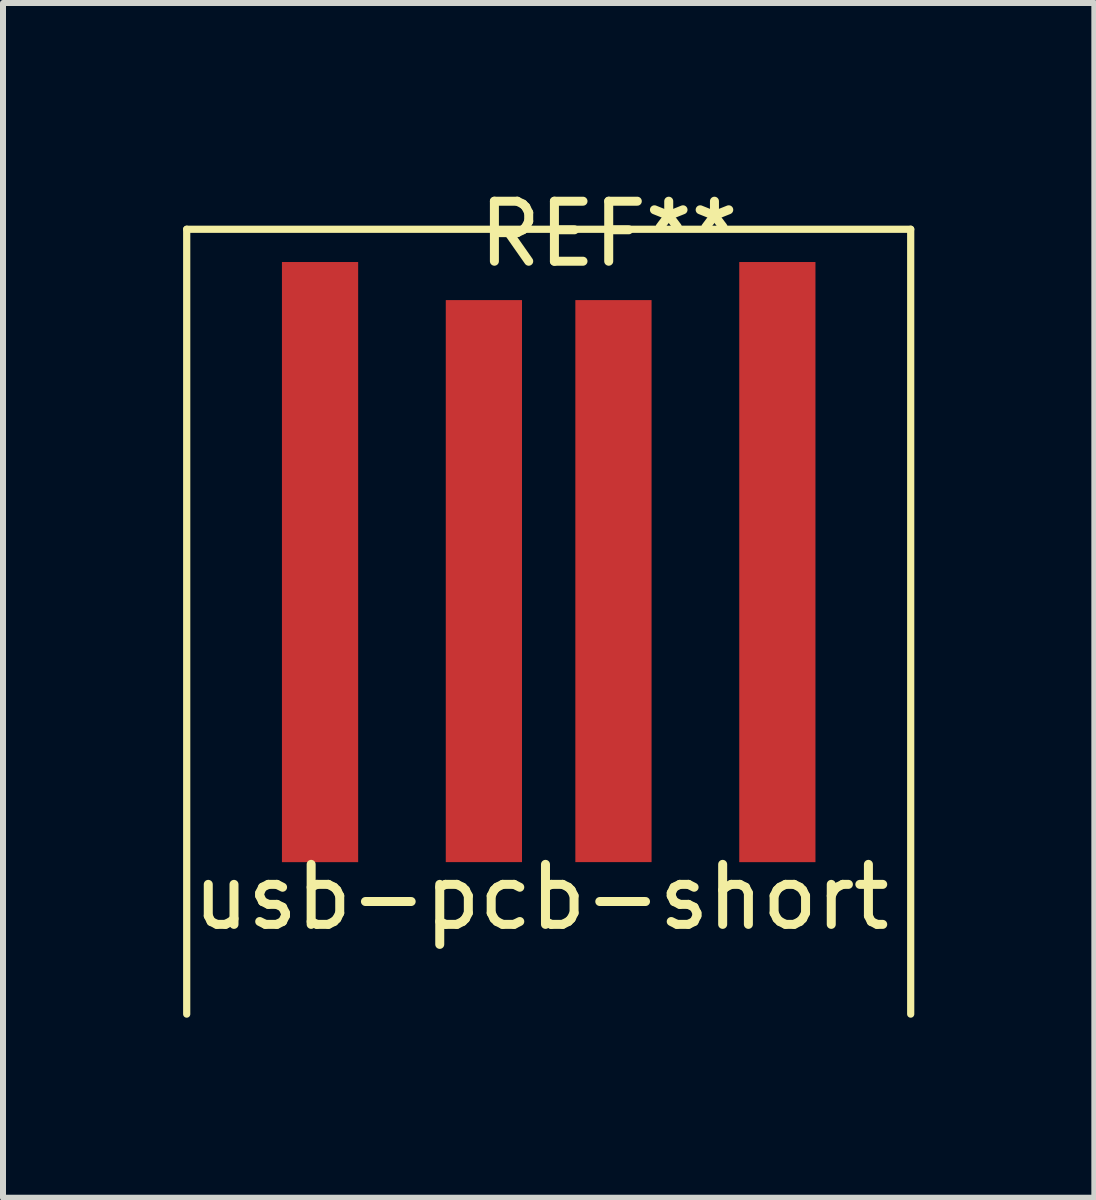
<source format=kicad_pcb>
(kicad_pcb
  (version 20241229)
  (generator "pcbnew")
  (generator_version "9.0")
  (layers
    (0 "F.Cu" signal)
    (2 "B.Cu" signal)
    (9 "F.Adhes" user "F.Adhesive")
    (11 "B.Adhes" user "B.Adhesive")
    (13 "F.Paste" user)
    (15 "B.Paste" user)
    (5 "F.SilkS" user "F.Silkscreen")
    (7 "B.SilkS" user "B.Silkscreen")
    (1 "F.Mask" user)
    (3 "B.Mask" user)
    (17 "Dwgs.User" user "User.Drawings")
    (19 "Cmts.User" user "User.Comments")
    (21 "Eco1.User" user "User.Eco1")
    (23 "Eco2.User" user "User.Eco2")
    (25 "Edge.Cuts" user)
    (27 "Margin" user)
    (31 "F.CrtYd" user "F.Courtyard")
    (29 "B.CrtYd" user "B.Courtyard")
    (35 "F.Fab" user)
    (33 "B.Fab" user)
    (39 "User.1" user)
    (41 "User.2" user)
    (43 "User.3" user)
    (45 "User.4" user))
  (footprint "usb-pcb-short"
    (layer "F.Cu")
    (at 5.968 11.398)
    (property "Reference" "usb-pcb-short" (at 0 0.5 0) (layer "F.SilkS") (effects (font (size 1 1) (thickness 0.15))))
    (attr through_hole)
    (fp_line (start -5.907 -10.628) (end -5.907 2.45) (stroke (width 0.12) (type solid)) (layer "F.SilkS"))
    (fp_line (start -5.907 -10.628) (end 6.157 -10.628) (stroke (width 0.12) (type solid)) (layer "F.SilkS"))
    (fp_line (start 6.157 -10.628) (end 6.157 2.45) (stroke (width 0.12) (type solid)) (layer "F.SilkS"))
    (fp_text user "REF**" (at 1.125 -10.55 0) (layer "F.SilkS") (effects (font (size 1 1) (thickness 0.15))))
    (pad "1" smd rect (at -3.685 -5.082) (size 1.27 10) (layers "F.Cu" "F.Mask" "F.Paste"))
    (pad "2" smd rect (at -0.955 -4.765) (size 1.27 9.365) (layers "F.Cu" "F.Mask" "F.Paste"))
    (pad "3" smd rect (at 1.204 -4.765) (size 1.27 9.365) (layers "F.Cu" "F.Mask" "F.Paste"))
    (pad "4" smd rect (at 3.935 -5.082) (size 1.27 10) (layers "F.Cu" "F.Mask" "F.Paste")))
  (gr_rect
    (start -3 -3)
    (end 15.185 16.908)
    (stroke (width 0.1) (type default))
    (fill no)
    (layer "Edge.Cuts")))
</source>
